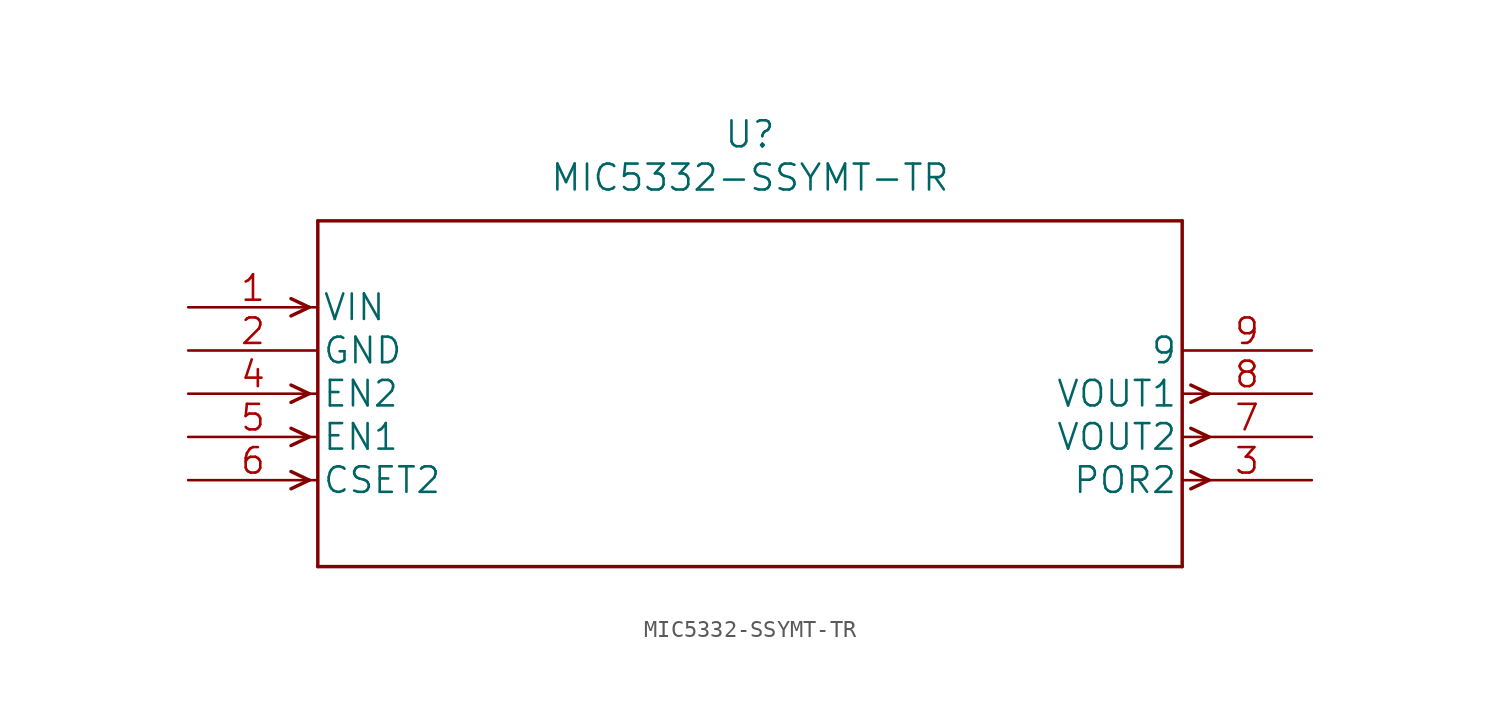
<source format=kicad_sym>
(kicad_symbol_lib
  (version 20211014)
  (generator kicad_symbol_editor)
  (symbol "MIC5332-SSYMT-TR"
    (pin_names
      (offset 0.254))
    (property "Reference" "U"
      (at 33.02 10.16 0)
      (effects (font (size 1.524 1.524))))
    (property "Value" "MIC5332-SSYMT-TR"
      (at 33.02 7.62 0)
      (effects (font (size 1.524 1.524))))
    (property "Datasheet" ""
      (at 0 0 0)
      (effects (font (size 1.524 1.524))))
    (property "ki_locked" ""
      (at 0 0 0)
      (effects (font (size 1.27 1.27))))
    (symbol "MIC5332-SSYMT-TR_1_1"
      (polyline (pts (xy 7.112 -10.16) (xy 6.045 -10.668)) (stroke (width 0.203) (type default) (color 0 0 0 0)) (fill (type none)))
      (polyline (pts (xy 7.112 -10.16) (xy 6.045 -9.652)) (stroke (width 0.203) (type default) (color 0 0 0 0)) (fill (type none)))
      (polyline (pts (xy 7.112 -7.62) (xy 6.045 -8.128)) (stroke (width 0.203) (type default) (color 0 0 0 0)) (fill (type none)))
      (polyline (pts (xy 7.112 -7.62) (xy 6.045 -7.112)) (stroke (width 0.203) (type default) (color 0 0 0 0)) (fill (type none)))
      (polyline (pts (xy 7.112 -5.08) (xy 6.045 -5.588)) (stroke (width 0.203) (type default) (color 0 0 0 0)) (fill (type none)))
      (polyline (pts (xy 7.112 -5.08) (xy 6.045 -4.572)) (stroke (width 0.203) (type default) (color 0 0 0 0)) (fill (type none)))
      (polyline (pts (xy 7.112 0) (xy 6.045 -0.508)) (stroke (width 0.203) (type default) (color 0 0 0 0)) (fill (type none)))
      (polyline (pts (xy 7.112 0) (xy 6.045 0.508)) (stroke (width 0.203) (type default) (color 0 0 0 0)) (fill (type none)))
      (polyline (pts (xy 7.62 -15.24) (xy 58.42 -15.24)) (stroke (width 0.203) (type default) (color 0 0 0 0)) (fill (type none)))
      (polyline (pts (xy 7.62 5.08) (xy 7.62 -15.24)) (stroke (width 0.203) (type default) (color 0 0 0 0)) (fill (type none)))
      (polyline (pts (xy 58.42 -15.24) (xy 58.42 5.08)) (stroke (width 0.203) (type default) (color 0 0 0 0)) (fill (type none)))
      (polyline (pts (xy 58.42 5.08) (xy 7.62 5.08)) (stroke (width 0.203) (type default) (color 0 0 0 0)) (fill (type none)))
      (polyline (pts (xy 58.928 -10.668) (xy 59.995 -10.16)) (stroke (width 0.203) (type default) (color 0 0 0 0)) (fill (type none)))
      (polyline (pts (xy 58.928 -9.652) (xy 59.995 -10.16)) (stroke (width 0.203) (type default) (color 0 0 0 0)) (fill (type none)))
      (polyline (pts (xy 58.928 -8.128) (xy 59.995 -7.62)) (stroke (width 0.203) (type default) (color 0 0 0 0)) (fill (type none)))
      (polyline (pts (xy 58.928 -7.112) (xy 59.995 -7.62)) (stroke (width 0.203) (type default) (color 0 0 0 0)) (fill (type none)))
      (polyline (pts (xy 58.928 -5.588) (xy 59.995 -5.08)) (stroke (width 0.203) (type default) (color 0 0 0 0)) (fill (type none)))
      (polyline (pts (xy 58.928 -4.572) (xy 59.995 -5.08)) (stroke (width 0.203) (type default) (color 0 0 0 0)) (fill (type none)))
      (pin input line (at 0 0 0) (length 7.62) (name "VIN" (effects (font (size 1.499 1.499)))) (number "1" (effects (font (size 1.499 1.499)))))
      (pin power_in line (at 0 -2.54 0) (length 7.62) (name "GND" (effects (font (size 1.499 1.499)))) (number "2" (effects (font (size 1.499 1.499)))))
      (pin output line (at 66.04 -10.16 180) (length 7.62) (name "POR2" (effects (font (size 1.499 1.499)))) (number "3" (effects (font (size 1.499 1.499)))))
      (pin input line (at 0 -5.08 0) (length 7.62) (name "EN2" (effects (font (size 1.499 1.499)))) (number "4" (effects (font (size 1.499 1.499)))))
      (pin input line (at 0 -7.62 0) (length 7.62) (name "EN1" (effects (font (size 1.499 1.499)))) (number "5" (effects (font (size 1.499 1.499)))))
      (pin input line (at 0 -10.16 0) (length 7.62) (name "CSET2" (effects (font (size 1.499 1.499)))) (number "6" (effects (font (size 1.499 1.499)))))
      (pin output line (at 66.04 -7.62 180) (length 7.62) (name "VOUT2" (effects (font (size 1.499 1.499)))) (number "7" (effects (font (size 1.499 1.499)))))
      (pin output line (at 66.04 -5.08 180) (length 7.62) (name "VOUT1" (effects (font (size 1.499 1.499)))) (number "8" (effects (font (size 1.499 1.499)))))
      (pin unspecified line (at 66.04 -2.54 180) (length 7.62) (name "9" (effects (font (size 1.499 1.499)))) (number "9" (effects (font (size 1.499 1.499))))))))
</source>
